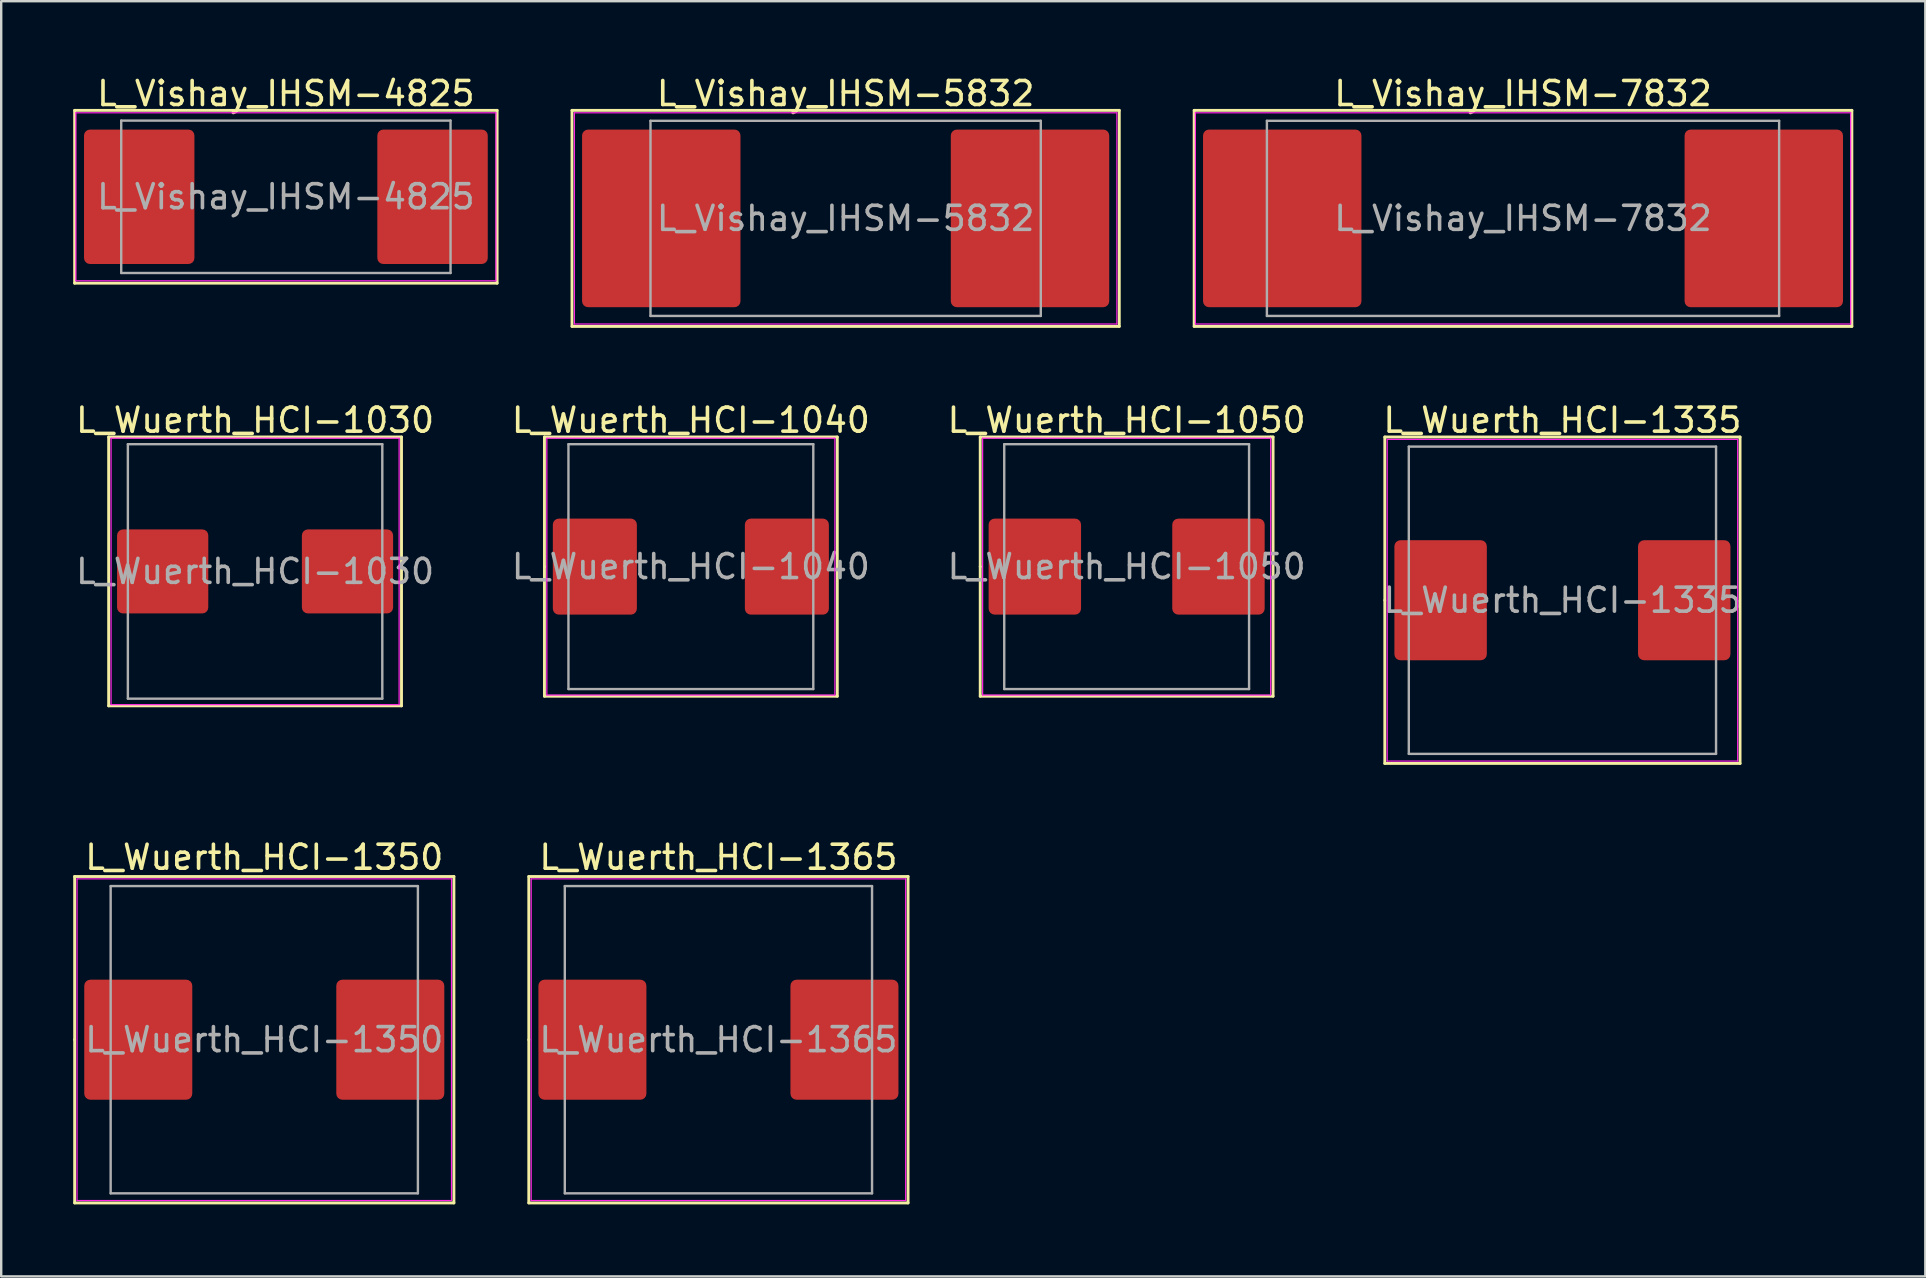
<source format=kicad_pcb>
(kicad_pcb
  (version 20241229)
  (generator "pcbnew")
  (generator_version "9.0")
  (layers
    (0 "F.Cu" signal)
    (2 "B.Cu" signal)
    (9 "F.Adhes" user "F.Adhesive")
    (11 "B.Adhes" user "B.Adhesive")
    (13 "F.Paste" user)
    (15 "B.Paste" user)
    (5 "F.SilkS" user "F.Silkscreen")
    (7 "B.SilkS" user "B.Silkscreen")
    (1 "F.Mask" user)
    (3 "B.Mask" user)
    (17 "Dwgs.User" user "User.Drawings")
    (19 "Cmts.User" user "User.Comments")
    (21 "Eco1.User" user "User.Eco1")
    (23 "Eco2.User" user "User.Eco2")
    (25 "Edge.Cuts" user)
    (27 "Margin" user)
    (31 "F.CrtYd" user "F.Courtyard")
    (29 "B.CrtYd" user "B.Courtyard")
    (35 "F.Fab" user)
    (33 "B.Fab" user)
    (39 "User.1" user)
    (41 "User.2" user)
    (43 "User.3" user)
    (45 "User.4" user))
  (footprint "L_Wuerth_HCI-1050"
    (layer "F.Cu")
    (at 43.887 20.556)
    (property "Reference" "L_Wuerth_HCI-1050" (at 0 -6.1 0) (layer "F.SilkS") (effects (font (size 1 1) (thickness 0.15))))
    (attr smd)
    (fp_line (start -6.1 -5.4) (end 6 -5.4) (stroke (width 0.12) (type solid)) (layer "F.SilkS"))
    (fp_line (start -6.1 0) (end -6.1 -5.4) (stroke (width 0.12) (type solid)) (layer "F.SilkS"))
    (fp_line (start -6.1 5.4) (end -6.1 0) (stroke (width 0.12) (type solid)) (layer "F.SilkS"))
    (fp_line (start 6 -5.4) (end 6.1 -5.4) (stroke (width 0.12) (type solid)) (layer "F.SilkS"))
    (fp_line (start 6.1 -5.4) (end 6.1 5.4) (stroke (width 0.12) (type solid)) (layer "F.SilkS"))
    (fp_line (start 6.1 5.4) (end -6.1 5.4) (stroke (width 0.12) (type solid)) (layer "F.SilkS"))
    (fp_line (start -6 -5.35) (end -6 5.35) (stroke (width 0.05) (type solid)) (layer "F.CrtYd"))
    (fp_line (start -6 5.35) (end 6 5.35) (stroke (width 0.05) (type solid)) (layer "F.CrtYd"))
    (fp_line (start 6 -5.35) (end -6 -5.35) (stroke (width 0.05) (type solid)) (layer "F.CrtYd"))
    (fp_line (start 6 5.35) (end 6 -5.35) (stroke (width 0.05) (type solid)) (layer "F.CrtYd"))
    (fp_line (start -5.1 -5.1) (end -5.1 5.1) (stroke (width 0.1) (type solid)) (layer "F.Fab"))
    (fp_line (start -5.1 5.1) (end 5.1 5.1) (stroke (width 0.1) (type solid)) (layer "F.Fab"))
    (fp_line (start 5.1 -5.1) (end -5.1 -5.1) (stroke (width 0.1) (type solid)) (layer "F.Fab"))
    (fp_line (start 5.1 5.1) (end 5.1 -5.1) (stroke (width 0.1) (type solid)) (layer "F.Fab"))
    (fp_text user "${REFERENCE}" (at 0 0 0) (layer "F.Fab") (effects (font (size 1 1) (thickness 0.15))))
    (pad "1" smd roundrect (at -3.825 0) (size 3.85 4) (layers "F.Cu" "F.Mask" "F.Paste") (roundrect_rratio 0.065))
    (pad "2" smd roundrect (at 3.825 0) (size 3.85 4) (layers "F.Cu" "F.Mask" "F.Paste") (roundrect_rratio 0.065)))
  (footprint "L_Wuerth_HCI-1040"
    (layer "F.Cu")
    (at 25.732 20.556)
    (property "Reference" "L_Wuerth_HCI-1040" (at 0 -6.1 0) (layer "F.SilkS") (effects (font (size 1 1) (thickness 0.15))))
    (attr smd)
    (fp_line (start -6.1 -5.4) (end 6.1 -5.4) (stroke (width 0.12) (type solid)) (layer "F.SilkS"))
    (fp_line (start -6.1 0) (end -6.1 -5.4) (stroke (width 0.12) (type solid)) (layer "F.SilkS"))
    (fp_line (start -6.1 5.4) (end -6.1 0) (stroke (width 0.12) (type solid)) (layer "F.SilkS"))
    (fp_line (start 6.1 -5.4) (end 6.1 5.4) (stroke (width 0.12) (type solid)) (layer "F.SilkS"))
    (fp_line (start 6.1 5.4) (end -6.1 5.4) (stroke (width 0.12) (type solid)) (layer "F.SilkS"))
    (fp_line (start -6 -5.35) (end -6 5.35) (stroke (width 0.05) (type solid)) (layer "F.CrtYd"))
    (fp_line (start -6 5.35) (end 6 5.35) (stroke (width 0.05) (type solid)) (layer "F.CrtYd"))
    (fp_line (start 6 -5.35) (end -6 -5.35) (stroke (width 0.05) (type solid)) (layer "F.CrtYd"))
    (fp_line (start 6 5.35) (end 6 -5.35) (stroke (width 0.05) (type solid)) (layer "F.CrtYd"))
    (fp_line (start -5.1 -5.1) (end -5.1 5.1) (stroke (width 0.1) (type solid)) (layer "F.Fab"))
    (fp_line (start -5.1 5.1) (end 5.1 5.1) (stroke (width 0.1) (type solid)) (layer "F.Fab"))
    (fp_line (start 5.1 -5.1) (end -5.1 -5.1) (stroke (width 0.1) (type solid)) (layer "F.Fab"))
    (fp_line (start 5.1 5.1) (end 5.1 -5.1) (stroke (width 0.1) (type solid)) (layer "F.Fab"))
    (fp_text user "${REFERENCE}" (at 0 0 0) (layer "F.Fab") (effects (font (size 1 1) (thickness 0.15))))
    (pad "1" smd roundrect (at -4 0) (size 3.5 4) (layers "F.Cu" "F.Mask" "F.Paste") (roundrect_rratio 0.071))
    (pad "2" smd roundrect (at 4 0) (size 3.5 4) (layers "F.Cu" "F.Mask" "F.Paste") (roundrect_rratio 0.071)))
  (footprint "L_Vishay_IHSM-5832"
    (layer "F.Cu")
    (at 32.18 6.048)
    (property "Reference" "L_Vishay_IHSM-5832" (at 0 -5.2 0) (layer "F.SilkS") (effects (font (size 1 1) (thickness 0.15))))
    (attr smd)
    (fp_line (start -11.4 -4.5) (end -11.4 4.5) (stroke (width 0.12) (type solid)) (layer "F.SilkS"))
    (fp_line (start -11.4 4.5) (end 11.4 4.5) (stroke (width 0.12) (type solid)) (layer "F.SilkS"))
    (fp_line (start 11.4 -4.5) (end -11.4 -4.5) (stroke (width 0.12) (type solid)) (layer "F.SilkS"))
    (fp_line (start 11.4 4.5) (end 11.4 -4.5) (stroke (width 0.12) (type solid)) (layer "F.SilkS"))
    (fp_line (start -11.3 -4.4) (end -11.3 4.4) (stroke (width 0.05) (type solid)) (layer "F.CrtYd"))
    (fp_line (start -11.3 4.4) (end 11.3 4.4) (stroke (width 0.05) (type solid)) (layer "F.CrtYd"))
    (fp_line (start 11.3 -4.4) (end -11.3 -4.4) (stroke (width 0.05) (type solid)) (layer "F.CrtYd"))
    (fp_line (start 11.3 4.4) (end 11.3 -4.4) (stroke (width 0.05) (type solid)) (layer "F.CrtYd"))
    (fp_line (start -8.13 -4.065) (end -8.13 4.065) (stroke (width 0.1) (type solid)) (layer "F.Fab"))
    (fp_line (start -8.13 4.065) (end 8.13 4.065) (stroke (width 0.1) (type solid)) (layer "F.Fab"))
    (fp_line (start 8.13 -4.065) (end -8.13 -4.065) (stroke (width 0.1) (type solid)) (layer "F.Fab"))
    (fp_line (start 8.13 4.065) (end 8.13 -4.065) (stroke (width 0.1) (type solid)) (layer "F.Fab"))
    (fp_text user "${REFERENCE}" (at 0 0 0) (layer "F.Fab") (effects (font (size 1 1) (thickness 0.15))))
    (pad "1" smd roundrect (at -7.681 0) (size 6.6 7.4) (layers "F.Cu" "F.Mask" "F.Paste") (roundrect_rratio 0.038))
    (pad "2" smd roundrect (at 7.681 0) (size 6.6 7.4) (layers "F.Cu" "F.Mask" "F.Paste") (roundrect_rratio 0.038)))
  (footprint "L_Vishay_IHSM-4825"
    (layer "F.Cu")
    (at 8.86 5.148)
    (property "Reference" "L_Vishay_IHSM-4825" (at 0 -4.3 0) (layer "F.SilkS") (effects (font (size 1 1) (thickness 0.15))))
    (attr smd)
    (fp_line (start -8.8 -3.6) (end -8.8 3.6) (stroke (width 0.12) (type solid)) (layer "F.SilkS"))
    (fp_line (start -8.8 3.6) (end 8.8 3.6) (stroke (width 0.12) (type solid)) (layer "F.SilkS"))
    (fp_line (start 8.8 -3.6) (end -8.8 -3.6) (stroke (width 0.12) (type solid)) (layer "F.SilkS"))
    (fp_line (start 8.8 3.6) (end 8.8 -3.6) (stroke (width 0.12) (type solid)) (layer "F.SilkS"))
    (fp_line (start -8.75 -3.5) (end -8.75 3.5) (stroke (width 0.05) (type solid)) (layer "F.CrtYd"))
    (fp_line (start -8.75 3.5) (end 8.75 3.5) (stroke (width 0.05) (type solid)) (layer "F.CrtYd"))
    (fp_line (start 8.75 -3.5) (end -8.75 -3.5) (stroke (width 0.05) (type solid)) (layer "F.CrtYd"))
    (fp_line (start 8.75 3.5) (end 8.75 -3.5) (stroke (width 0.05) (type solid)) (layer "F.CrtYd"))
    (fp_line (start -6.86 -3.175) (end -6.86 3.175) (stroke (width 0.1) (type solid)) (layer "F.Fab"))
    (fp_line (start -6.86 3.175) (end 6.86 3.175) (stroke (width 0.1) (type solid)) (layer "F.Fab"))
    (fp_line (start 6.86 -3.175) (end -6.86 -3.175) (stroke (width 0.1) (type solid)) (layer "F.Fab"))
    (fp_line (start 6.86 3.175) (end 6.86 -3.175) (stroke (width 0.1) (type solid)) (layer "F.Fab"))
    (fp_text user "${REFERENCE}" (at 0 0 0) (layer "F.Fab") (effects (font (size 1 1) (thickness 0.15))))
    (pad "1" smd roundrect (at -6.11 0) (size 4.6 5.6) (layers "F.Cu" "F.Mask" "F.Paste") (roundrect_rratio 0.054))
    (pad "2" smd roundrect (at 6.11 0) (size 4.6 5.6) (layers "F.Cu" "F.Mask" "F.Paste") (roundrect_rratio 0.054)))
  (footprint "L_Vishay_IHSM-7832"
    (layer "F.Cu")
    (at 60.4 6.048)
    (property "Reference" "L_Vishay_IHSM-7832" (at 0 -5.2 0) (layer "F.SilkS") (effects (font (size 1 1) (thickness 0.15))))
    (attr smd)
    (fp_line (start -13.7 -4.5) (end -13.7 4.5) (stroke (width 0.12) (type solid)) (layer "F.SilkS"))
    (fp_line (start -13.7 4.5) (end 13.7 4.5) (stroke (width 0.12) (type solid)) (layer "F.SilkS"))
    (fp_line (start 13.7 -4.5) (end -13.7 -4.5) (stroke (width 0.12) (type solid)) (layer "F.SilkS"))
    (fp_line (start 13.7 4.5) (end 13.7 -4.5) (stroke (width 0.12) (type solid)) (layer "F.SilkS"))
    (fp_line (start -13.65 -4.4) (end -13.65 4.4) (stroke (width 0.05) (type solid)) (layer "F.CrtYd"))
    (fp_line (start -13.65 4.4) (end 13.65 4.4) (stroke (width 0.05) (type solid)) (layer "F.CrtYd"))
    (fp_line (start 13.65 -4.4) (end -13.65 -4.4) (stroke (width 0.05) (type solid)) (layer "F.CrtYd"))
    (fp_line (start 13.65 4.4) (end 13.65 -4.4) (stroke (width 0.05) (type solid)) (layer "F.CrtYd"))
    (fp_line (start -10.67 -4.065) (end -10.67 4.065) (stroke (width 0.1) (type solid)) (layer "F.Fab"))
    (fp_line (start -10.67 4.065) (end 10.67 4.065) (stroke (width 0.1) (type solid)) (layer "F.Fab"))
    (fp_line (start 10.67 -4.065) (end -10.67 -4.065) (stroke (width 0.1) (type solid)) (layer "F.Fab"))
    (fp_line (start 10.67 4.065) (end 10.67 -4.065) (stroke (width 0.1) (type solid)) (layer "F.Fab"))
    (fp_text user "${REFERENCE}" (at 0 0 0) (layer "F.Fab") (effects (font (size 1 1) (thickness 0.15))))
    (pad "1" smd roundrect (at -10.031 0) (size 6.6 7.4) (layers "F.Cu" "F.Mask" "F.Paste") (roundrect_rratio 0.038))
    (pad "2" smd roundrect (at 10.031 0) (size 6.6 7.4) (layers "F.Cu" "F.Mask" "F.Paste") (roundrect_rratio 0.038)))
  (footprint "L_Wuerth_HCI-1365"
    (layer "F.Cu")
    (at 26.88 40.265)
    (property "Reference" "L_Wuerth_HCI-1365" (at 0 -7.6 0) (layer "F.SilkS") (effects (font (size 1 1) (thickness 0.15))))
    (attr smd)
    (fp_line (start -7.9 -6.8) (end 7.9 -6.8) (stroke (width 0.12) (type solid)) (layer "F.SilkS"))
    (fp_line (start -7.9 0) (end -7.9 -6.8) (stroke (width 0.12) (type solid)) (layer "F.SilkS"))
    (fp_line (start -7.9 6.8) (end -7.9 0) (stroke (width 0.12) (type solid)) (layer "F.SilkS"))
    (fp_line (start 7.9 -6.8) (end 7.9 6.8) (stroke (width 0.12) (type solid)) (layer "F.SilkS"))
    (fp_line (start 7.9 6.8) (end -7.9 6.8) (stroke (width 0.12) (type solid)) (layer "F.SilkS"))
    (fp_line (start -7.8 -6.7) (end -7.8 6.7) (stroke (width 0.05) (type solid)) (layer "F.CrtYd"))
    (fp_line (start -7.8 6.7) (end 7.8 6.7) (stroke (width 0.05) (type solid)) (layer "F.CrtYd"))
    (fp_line (start 7.8 -6.7) (end -7.8 -6.7) (stroke (width 0.05) (type solid)) (layer "F.CrtYd"))
    (fp_line (start 7.8 6.7) (end 7.8 -6.7) (stroke (width 0.05) (type solid)) (layer "F.CrtYd"))
    (fp_line (start -6.4 -6.4) (end -6.4 6.4) (stroke (width 0.1) (type solid)) (layer "F.Fab"))
    (fp_line (start -6.4 6.4) (end 6.4 6.4) (stroke (width 0.1) (type solid)) (layer "F.Fab"))
    (fp_line (start 6.4 -6.4) (end -6.4 -6.4) (stroke (width 0.1) (type solid)) (layer "F.Fab"))
    (fp_line (start 6.4 6.4) (end 6.4 -6.4) (stroke (width 0.1) (type solid)) (layer "F.Fab"))
    (fp_text user "${REFERENCE}" (at 0 0 0) (layer "F.Fab") (effects (font (size 1 1) (thickness 0.15))))
    (pad "1" smd roundrect (at -5.25 0) (size 4.5 5) (layers "F.Cu" "F.Mask" "F.Paste") (roundrect_rratio 0.056))
    (pad "2" smd roundrect (at 5.25 0) (size 4.5 5) (layers "F.Cu" "F.Mask" "F.Paste") (roundrect_rratio 0.056)))
  (footprint "L_Wuerth_HCI-1335"
    (layer "F.Cu")
    (at 62.042 21.956)
    (property "Reference" "L_Wuerth_HCI-1335" (at 0 -7.5 0) (layer "F.SilkS") (effects (font (size 1 1) (thickness 0.15))))
    (attr smd)
    (fp_line (start -7.4 -6.8) (end 7.4 -6.8) (stroke (width 0.12) (type solid)) (layer "F.SilkS"))
    (fp_line (start -7.4 0) (end -7.4 -6.8) (stroke (width 0.12) (type solid)) (layer "F.SilkS"))
    (fp_line (start -7.4 6.8) (end -7.4 0) (stroke (width 0.12) (type solid)) (layer "F.SilkS"))
    (fp_line (start 7.4 -6.8) (end 7.4 6.8) (stroke (width 0.12) (type solid)) (layer "F.SilkS"))
    (fp_line (start 7.4 6.8) (end -7.4 6.8) (stroke (width 0.12) (type solid)) (layer "F.SilkS"))
    (fp_line (start -7.3 -6.7) (end -7.3 6.7) (stroke (width 0.05) (type solid)) (layer "F.CrtYd"))
    (fp_line (start -7.3 6.7) (end 7.3 6.7) (stroke (width 0.05) (type solid)) (layer "F.CrtYd"))
    (fp_line (start 7.3 -6.7) (end -7.3 -6.7) (stroke (width 0.05) (type solid)) (layer "F.CrtYd"))
    (fp_line (start 7.3 6.7) (end 7.3 -6.7) (stroke (width 0.05) (type solid)) (layer "F.CrtYd"))
    (fp_line (start -6.4 -6.4) (end -6.4 6.4) (stroke (width 0.1) (type solid)) (layer "F.Fab"))
    (fp_line (start -6.4 6.4) (end 6.4 6.4) (stroke (width 0.1) (type solid)) (layer "F.Fab"))
    (fp_line (start 6.4 -6.4) (end -6.4 -6.4) (stroke (width 0.1) (type solid)) (layer "F.Fab"))
    (fp_line (start 6.4 6.4) (end 6.4 -6.4) (stroke (width 0.1) (type solid)) (layer "F.Fab"))
    (fp_text user "${REFERENCE}" (at 0 0 0) (layer "F.Fab") (effects (font (size 1 1) (thickness 0.15))))
    (pad "1" smd roundrect (at -5.075 0) (size 3.85 5) (layers "F.Cu" "F.Mask" "F.Paste") (roundrect_rratio 0.065))
    (pad "2" smd roundrect (at 5.075 0) (size 3.85 5) (layers "F.Cu" "F.Mask" "F.Paste") (roundrect_rratio 0.065)))
  (footprint "L_Wuerth_HCI-1350"
    (layer "F.Cu")
    (at 7.96 40.265)
    (property "Reference" "L_Wuerth_HCI-1350" (at 0 -7.6 0) (layer "F.SilkS") (effects (font (size 1 1) (thickness 0.15))))
    (attr smd)
    (fp_line (start -7.9 -6.8) (end 7.9 -6.8) (stroke (width 0.12) (type solid)) (layer "F.SilkS"))
    (fp_line (start -7.9 0) (end -7.9 -6.8) (stroke (width 0.12) (type solid)) (layer "F.SilkS"))
    (fp_line (start -7.9 6.8) (end -7.9 0) (stroke (width 0.12) (type solid)) (layer "F.SilkS"))
    (fp_line (start 7.9 -6.8) (end 7.9 6.8) (stroke (width 0.12) (type solid)) (layer "F.SilkS"))
    (fp_line (start 7.9 6.8) (end -7.9 6.8) (stroke (width 0.12) (type solid)) (layer "F.SilkS"))
    (fp_line (start -7.8 -6.7) (end -7.8 6.7) (stroke (width 0.05) (type solid)) (layer "F.CrtYd"))
    (fp_line (start -7.8 6.7) (end 7.8 6.7) (stroke (width 0.05) (type solid)) (layer "F.CrtYd"))
    (fp_line (start 7.8 -6.7) (end -7.8 -6.7) (stroke (width 0.05) (type solid)) (layer "F.CrtYd"))
    (fp_line (start 7.8 6.7) (end 7.8 -6.7) (stroke (width 0.05) (type solid)) (layer "F.CrtYd"))
    (fp_line (start -6.4 -6.4) (end -6.4 6.4) (stroke (width 0.1) (type solid)) (layer "F.Fab"))
    (fp_line (start -6.4 6.4) (end 6.4 6.4) (stroke (width 0.1) (type solid)) (layer "F.Fab"))
    (fp_line (start 6.4 -6.4) (end -6.4 -6.4) (stroke (width 0.1) (type solid)) (layer "F.Fab"))
    (fp_line (start 6.4 6.4) (end 6.4 -6.4) (stroke (width 0.1) (type solid)) (layer "F.Fab"))
    (fp_text user "${REFERENCE}" (at 0 0 0) (layer "F.Fab") (effects (font (size 1 1) (thickness 0.15))))
    (pad "1" smd roundrect (at -5.25 0) (size 4.5 5) (layers "F.Cu" "F.Mask" "F.Paste") (roundrect_rratio 0.056))
    (pad "2" smd roundrect (at 5.25 0) (size 4.5 5) (layers "F.Cu" "F.Mask" "F.Paste") (roundrect_rratio 0.056)))
  (footprint "L_Wuerth_HCI-1030"
    (layer "F.Cu")
    (at 7.577 20.756)
    (property "Reference" "L_Wuerth_HCI-1030" (at 0 -6.3 0) (layer "F.SilkS") (effects (font (size 1 1) (thickness 0.15))))
    (attr smd)
    (fp_line (start -6.1 -5.6) (end -6.1 5.6) (stroke (width 0.12) (type solid)) (layer "F.SilkS"))
    (fp_line (start -6.1 5.6) (end 6.1 5.6) (stroke (width 0.12) (type solid)) (layer "F.SilkS"))
    (fp_line (start 6.1 -5.6) (end -6.1 -5.6) (stroke (width 0.12) (type solid)) (layer "F.SilkS"))
    (fp_line (start 6.1 5.6) (end 6.1 -5.6) (stroke (width 0.12) (type solid)) (layer "F.SilkS"))
    (fp_line (start -6 -5.55) (end -6 5.55) (stroke (width 0.05) (type solid)) (layer "F.CrtYd"))
    (fp_line (start -6 5.55) (end 6 5.55) (stroke (width 0.05) (type solid)) (layer "F.CrtYd"))
    (fp_line (start 6 -5.55) (end -6 -5.55) (stroke (width 0.05) (type solid)) (layer "F.CrtYd"))
    (fp_line (start 6 5.55) (end 6 -5.55) (stroke (width 0.05) (type solid)) (layer "F.CrtYd"))
    (fp_line (start -5.3 -5.3) (end -5.3 5.3) (stroke (width 0.1) (type solid)) (layer "F.Fab"))
    (fp_line (start -5.3 5.3) (end 5.3 5.3) (stroke (width 0.1) (type solid)) (layer "F.Fab"))
    (fp_line (start 5.3 -5.3) (end -5.3 -5.3) (stroke (width 0.1) (type solid)) (layer "F.Fab"))
    (fp_line (start 5.3 5.3) (end 5.3 -5.3) (stroke (width 0.1) (type solid)) (layer "F.Fab"))
    (fp_text user "${REFERENCE}" (at 0 0 0) (layer "F.Fab") (effects (font (size 1 1) (thickness 0.15))))
    (pad "1" smd roundrect (at -3.85 0) (size 3.8 3.5) (layers "F.Cu" "F.Mask" "F.Paste") (roundrect_rratio 0.071))
    (pad "2" smd roundrect (at 3.85 0) (size 3.8 3.5) (layers "F.Cu" "F.Mask" "F.Paste") (roundrect_rratio 0.071)))
  (gr_rect
    (start -3 -3)
    (end 77.16 50.125)
    (stroke (width 0.1) (type default))
    (fill no)
    (layer "Edge.Cuts")))
</source>
